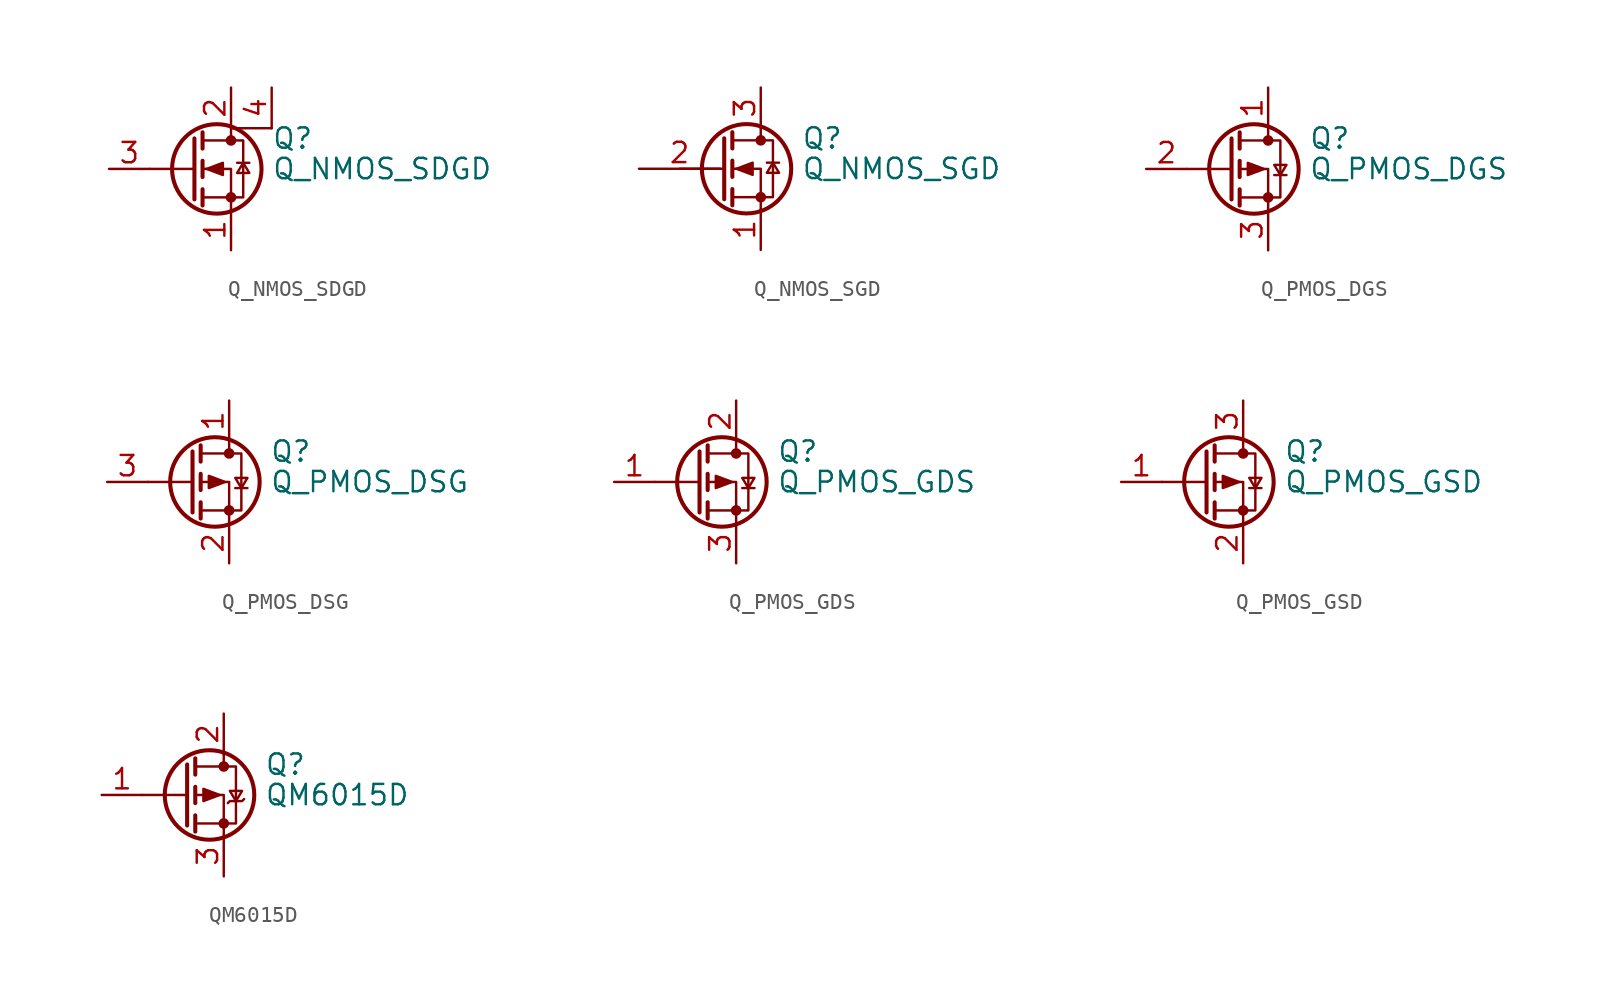
<source format=kicad_sym>
(kicad_symbol_lib
  (version 20241209)
  (generator "kicad_symbol_editor")
  (generator_version "9.0")
  (symbol "Q_NMOS_SDGD"
    (pin_names
      (offset 0)
      (hide yes))
    (property "Reference" "Q"
      (at 5.08 1.905 0)
      (effects (font (size 1.27 1.27)) (justify left)))
    (property "Value" "Q_NMOS_SDGD"
      (at 5.08 0 0)
      (effects (font (size 1.27 1.27)) (justify left)))
    (symbol "Q_NMOS_SDGD_0_1"
      (polyline (pts (xy 0.254 1.905) (xy 0.254 -1.905)) (stroke (width 0.254) (type default)) (fill (type none)))
      (polyline (pts (xy 0.254 0) (xy -2.54 0)) (stroke (width 0) (type default)) (fill (type none)))
      (polyline (pts (xy 0.762 2.286) (xy 0.762 1.27)) (stroke (width 0.254) (type default)) (fill (type none)))
      (polyline (pts (xy 0.762 0.508) (xy 0.762 -0.508)) (stroke (width 0.254) (type default)) (fill (type none)))
      (polyline (pts (xy 0.762 -1.27) (xy 0.762 -2.286)) (stroke (width 0.254) (type default)) (fill (type none)))
      (polyline (pts (xy 0.762 -1.778) (xy 3.302 -1.778) (xy 3.302 1.778) (xy 0.762 1.778)) (stroke (width 0) (type default)) (fill (type none)))
      (polyline (pts (xy 1.016 0) (xy 2.032 0.381) (xy 2.032 -0.381) (xy 1.016 0)) (stroke (width 0) (type default)) (fill (type outline)))
      (circle (center 1.651 0) (radius 2.794) (stroke (width 0.254) (type default)) (fill (type none)))
      (circle (center 2.54 1.778) (radius 0.254) (stroke (width 0) (type default)) (fill (type outline)))
      (circle (center 2.54 -1.778) (radius 0.254) (stroke (width 0) (type default)) (fill (type outline)))
      (polyline (pts (xy 2.54 -2.54) (xy 2.54 0) (xy 0.762 0)) (stroke (width 0) (type default)) (fill (type none)))
      (polyline (pts (xy 2.921 0.381) (xy 3.683 0.381)) (stroke (width 0) (type default)) (fill (type none)))
      (polyline (pts (xy 3.302 0.381) (xy 2.921 -0.254) (xy 3.683 -0.254) (xy 3.302 0.381)) (stroke (width 0) (type default)) (fill (type none)))
      (polyline (pts (xy 5.08 2.54) (xy 2.54 2.54) (xy 2.54 1.778)) (stroke (width 0) (type default)) (fill (type none))))
    (symbol "Q_NMOS_SDGD_1_1"
      (pin input line (at -5.08 0 0) (length 2.54) (name "G" (effects (font (size 1.27 1.27)))) (number "3" (effects (font (size 1.27 1.27)))))
      (pin passive line (at 2.54 5.08 270) (length 2.54) (name "D" (effects (font (size 1.27 1.27)))) (number "2" (effects (font (size 1.27 1.27)))))
      (pin passive line (at 2.54 -5.08 90) (length 2.54) (name "S" (effects (font (size 1.27 1.27)))) (number "1" (effects (font (size 1.27 1.27)))))
      (pin passive line (at 5.08 5.08 270) (length 2.54) (name "D" (effects (font (size 1.27 1.27)))) (number "4" (effects (font (size 1.27 1.27)))))))
  (symbol "Q_NMOS_SGD"
    (pin_names
      (offset 0)
      (hide yes))
    (property "Reference" "Q"
      (at 5.08 1.905 0)
      (effects (font (size 1.27 1.27)) (justify left)))
    (property "Value" "Q_NMOS_SGD"
      (at 5.08 0 0)
      (effects (font (size 1.27 1.27)) (justify left)))
    (symbol "Q_NMOS_SGD_0_1"
      (polyline (pts (xy 0.254 1.905) (xy 0.254 -1.905)) (stroke (width 0.254) (type default)) (fill (type none)))
      (polyline (pts (xy 0.254 0) (xy -2.54 0)) (stroke (width 0) (type default)) (fill (type none)))
      (polyline (pts (xy 0.762 2.286) (xy 0.762 1.27)) (stroke (width 0.254) (type default)) (fill (type none)))
      (polyline (pts (xy 0.762 0.508) (xy 0.762 -0.508)) (stroke (width 0.254) (type default)) (fill (type none)))
      (polyline (pts (xy 0.762 -1.27) (xy 0.762 -2.286)) (stroke (width 0.254) (type default)) (fill (type none)))
      (polyline (pts (xy 0.762 -1.778) (xy 3.302 -1.778) (xy 3.302 1.778) (xy 0.762 1.778)) (stroke (width 0) (type default)) (fill (type none)))
      (polyline (pts (xy 1.016 0) (xy 2.032 0.381) (xy 2.032 -0.381) (xy 1.016 0)) (stroke (width 0) (type default)) (fill (type outline)))
      (circle (center 1.651 0) (radius 2.794) (stroke (width 0.254) (type default)) (fill (type none)))
      (polyline (pts (xy 2.54 2.54) (xy 2.54 1.778)) (stroke (width 0) (type default)) (fill (type none)))
      (circle (center 2.54 1.778) (radius 0.254) (stroke (width 0) (type default)) (fill (type outline)))
      (circle (center 2.54 -1.778) (radius 0.254) (stroke (width 0) (type default)) (fill (type outline)))
      (polyline (pts (xy 2.54 -2.54) (xy 2.54 0) (xy 0.762 0)) (stroke (width 0) (type default)) (fill (type none)))
      (polyline (pts (xy 2.921 0.381) (xy 3.683 0.381)) (stroke (width 0) (type default)) (fill (type none)))
      (polyline (pts (xy 3.302 0.381) (xy 2.921 -0.254) (xy 3.683 -0.254) (xy 3.302 0.381)) (stroke (width 0) (type default)) (fill (type none))))
    (symbol "Q_NMOS_SGD_1_1"
      (pin input line (at -5.08 0 0) (length 5.08) (name "G" (effects (font (size 1.27 1.27)))) (number "2" (effects (font (size 1.27 1.27)))))
      (pin passive line (at 2.54 5.08 270) (length 2.54) (name "D" (effects (font (size 1.27 1.27)))) (number "3" (effects (font (size 1.27 1.27)))))
      (pin passive line (at 2.54 -5.08 90) (length 2.54) (name "S" (effects (font (size 1.27 1.27)))) (number "1" (effects (font (size 1.27 1.27)))))))
  (symbol "Q_PMOS_DGS"
    (pin_names
      (offset 0)
      (hide yes))
    (property "Reference" "Q"
      (at 5.08 1.905 0)
      (effects (font (size 1.27 1.27)) (justify left)))
    (property "Value" "Q_PMOS_DGS"
      (at 5.08 0 0)
      (effects (font (size 1.27 1.27)) (justify left)))
    (symbol "Q_PMOS_DGS_0_1"
      (polyline (pts (xy 0.254 1.905) (xy 0.254 -1.905)) (stroke (width 0.254) (type default)) (fill (type none)))
      (polyline (pts (xy 0.254 0) (xy -2.54 0)) (stroke (width 0) (type default)) (fill (type none)))
      (polyline (pts (xy 0.762 2.286) (xy 0.762 1.27)) (stroke (width 0.254) (type default)) (fill (type none)))
      (polyline (pts (xy 0.762 1.778) (xy 3.302 1.778) (xy 3.302 -1.778) (xy 0.762 -1.778)) (stroke (width 0) (type default)) (fill (type none)))
      (polyline (pts (xy 0.762 0.508) (xy 0.762 -0.508)) (stroke (width 0.254) (type default)) (fill (type none)))
      (polyline (pts (xy 0.762 -1.27) (xy 0.762 -2.286)) (stroke (width 0.254) (type default)) (fill (type none)))
      (circle (center 1.651 0) (radius 2.794) (stroke (width 0.254) (type default)) (fill (type none)))
      (polyline (pts (xy 2.286 0) (xy 1.27 0.381) (xy 1.27 -0.381) (xy 2.286 0)) (stroke (width 0) (type default)) (fill (type outline)))
      (polyline (pts (xy 2.54 2.54) (xy 2.54 1.778)) (stroke (width 0) (type default)) (fill (type none)))
      (circle (center 2.54 1.778) (radius 0.254) (stroke (width 0) (type default)) (fill (type outline)))
      (circle (center 2.54 -1.778) (radius 0.254) (stroke (width 0) (type default)) (fill (type outline)))
      (polyline (pts (xy 2.54 -2.54) (xy 2.54 0) (xy 0.762 0)) (stroke (width 0) (type default)) (fill (type none)))
      (polyline (pts (xy 2.921 -0.381) (xy 3.683 -0.381)) (stroke (width 0) (type default)) (fill (type none)))
      (polyline (pts (xy 3.302 -0.381) (xy 2.921 0.254) (xy 3.683 0.254) (xy 3.302 -0.381)) (stroke (width 0) (type default)) (fill (type none))))
    (symbol "Q_PMOS_DGS_1_1"
      (pin input line (at -5.08 0 0) (length 2.54) (name "G" (effects (font (size 1.27 1.27)))) (number "2" (effects (font (size 1.27 1.27)))))
      (pin passive line (at 2.54 5.08 270) (length 2.54) (name "D" (effects (font (size 1.27 1.27)))) (number "1" (effects (font (size 1.27 1.27)))))
      (pin passive line (at 2.54 -5.08 90) (length 2.54) (name "S" (effects (font (size 1.27 1.27)))) (number "3" (effects (font (size 1.27 1.27)))))))
  (symbol "Q_PMOS_DSG"
    (pin_names
      (offset 0)
      (hide yes))
    (property "Reference" "Q"
      (at 5.08 1.905 0)
      (effects (font (size 1.27 1.27)) (justify left)))
    (property "Value" "Q_PMOS_DSG"
      (at 5.08 0 0)
      (effects (font (size 1.27 1.27)) (justify left)))
    (symbol "Q_PMOS_DSG_0_1"
      (polyline (pts (xy 0.254 1.905) (xy 0.254 -1.905)) (stroke (width 0.254) (type default)) (fill (type none)))
      (polyline (pts (xy 0.254 0) (xy -2.54 0)) (stroke (width 0) (type default)) (fill (type none)))
      (polyline (pts (xy 0.762 2.286) (xy 0.762 1.27)) (stroke (width 0.254) (type default)) (fill (type none)))
      (polyline (pts (xy 0.762 1.778) (xy 3.302 1.778) (xy 3.302 -1.778) (xy 0.762 -1.778)) (stroke (width 0) (type default)) (fill (type none)))
      (polyline (pts (xy 0.762 0.508) (xy 0.762 -0.508)) (stroke (width 0.254) (type default)) (fill (type none)))
      (polyline (pts (xy 0.762 -1.27) (xy 0.762 -2.286)) (stroke (width 0.254) (type default)) (fill (type none)))
      (circle (center 1.651 0) (radius 2.794) (stroke (width 0.254) (type default)) (fill (type none)))
      (polyline (pts (xy 2.286 0) (xy 1.27 0.381) (xy 1.27 -0.381) (xy 2.286 0)) (stroke (width 0) (type default)) (fill (type outline)))
      (polyline (pts (xy 2.54 2.54) (xy 2.54 1.778)) (stroke (width 0) (type default)) (fill (type none)))
      (circle (center 2.54 1.778) (radius 0.254) (stroke (width 0) (type default)) (fill (type outline)))
      (circle (center 2.54 -1.778) (radius 0.254) (stroke (width 0) (type default)) (fill (type outline)))
      (polyline (pts (xy 2.54 -2.54) (xy 2.54 0) (xy 0.762 0)) (stroke (width 0) (type default)) (fill (type none)))
      (polyline (pts (xy 2.921 -0.381) (xy 3.683 -0.381)) (stroke (width 0) (type default)) (fill (type none)))
      (polyline (pts (xy 3.302 -0.381) (xy 2.921 0.254) (xy 3.683 0.254) (xy 3.302 -0.381)) (stroke (width 0) (type default)) (fill (type none))))
    (symbol "Q_PMOS_DSG_1_1"
      (pin input line (at -5.08 0 0) (length 2.54) (name "G" (effects (font (size 1.27 1.27)))) (number "3" (effects (font (size 1.27 1.27)))))
      (pin passive line (at 2.54 5.08 270) (length 2.54) (name "D" (effects (font (size 1.27 1.27)))) (number "1" (effects (font (size 1.27 1.27)))))
      (pin passive line (at 2.54 -5.08 90) (length 2.54) (name "S" (effects (font (size 1.27 1.27)))) (number "2" (effects (font (size 1.27 1.27)))))))
  (symbol "Q_PMOS_GDS"
    (pin_names
      (offset 0)
      (hide yes))
    (property "Reference" "Q"
      (at 5.08 1.905 0)
      (effects (font (size 1.27 1.27)) (justify left)))
    (property "Value" "Q_PMOS_GDS"
      (at 5.08 0 0)
      (effects (font (size 1.27 1.27)) (justify left)))
    (symbol "Q_PMOS_GDS_0_1"
      (polyline (pts (xy 0.254 1.905) (xy 0.254 -1.905)) (stroke (width 0.254) (type default)) (fill (type none)))
      (polyline (pts (xy 0.254 0) (xy -2.54 0)) (stroke (width 0) (type default)) (fill (type none)))
      (polyline (pts (xy 0.762 2.286) (xy 0.762 1.27)) (stroke (width 0.254) (type default)) (fill (type none)))
      (polyline (pts (xy 0.762 1.778) (xy 3.302 1.778) (xy 3.302 -1.778) (xy 0.762 -1.778)) (stroke (width 0) (type default)) (fill (type none)))
      (polyline (pts (xy 0.762 0.508) (xy 0.762 -0.508)) (stroke (width 0.254) (type default)) (fill (type none)))
      (polyline (pts (xy 0.762 -1.27) (xy 0.762 -2.286)) (stroke (width 0.254) (type default)) (fill (type none)))
      (circle (center 1.651 0) (radius 2.794) (stroke (width 0.254) (type default)) (fill (type none)))
      (polyline (pts (xy 2.286 0) (xy 1.27 0.381) (xy 1.27 -0.381) (xy 2.286 0)) (stroke (width 0) (type default)) (fill (type outline)))
      (polyline (pts (xy 2.54 2.54) (xy 2.54 1.778)) (stroke (width 0) (type default)) (fill (type none)))
      (circle (center 2.54 1.778) (radius 0.254) (stroke (width 0) (type default)) (fill (type outline)))
      (circle (center 2.54 -1.778) (radius 0.254) (stroke (width 0) (type default)) (fill (type outline)))
      (polyline (pts (xy 2.54 -2.54) (xy 2.54 0) (xy 0.762 0)) (stroke (width 0) (type default)) (fill (type none)))
      (polyline (pts (xy 2.921 -0.381) (xy 3.683 -0.381)) (stroke (width 0) (type default)) (fill (type none)))
      (polyline (pts (xy 3.302 -0.381) (xy 2.921 0.254) (xy 3.683 0.254) (xy 3.302 -0.381)) (stroke (width 0) (type default)) (fill (type none))))
    (symbol "Q_PMOS_GDS_1_1"
      (pin input line (at -5.08 0 0) (length 2.54) (name "G" (effects (font (size 1.27 1.27)))) (number "1" (effects (font (size 1.27 1.27)))))
      (pin passive line (at 2.54 5.08 270) (length 2.54) (name "D" (effects (font (size 1.27 1.27)))) (number "2" (effects (font (size 1.27 1.27)))))
      (pin passive line (at 2.54 -5.08 90) (length 2.54) (name "S" (effects (font (size 1.27 1.27)))) (number "3" (effects (font (size 1.27 1.27)))))))
  (symbol "Q_PMOS_GSD"
    (pin_names
      (offset 0)
      (hide yes))
    (property "Reference" "Q"
      (at 5.08 1.905 0)
      (effects (font (size 1.27 1.27)) (justify left)))
    (property "Value" "Q_PMOS_GSD"
      (at 5.08 0 0)
      (effects (font (size 1.27 1.27)) (justify left)))
    (symbol "Q_PMOS_GSD_0_1"
      (polyline (pts (xy 0.254 1.905) (xy 0.254 -1.905)) (stroke (width 0.254) (type default)) (fill (type none)))
      (polyline (pts (xy 0.254 0) (xy -2.54 0)) (stroke (width 0) (type default)) (fill (type none)))
      (polyline (pts (xy 0.762 2.286) (xy 0.762 1.27)) (stroke (width 0.254) (type default)) (fill (type none)))
      (polyline (pts (xy 0.762 1.778) (xy 3.302 1.778) (xy 3.302 -1.778) (xy 0.762 -1.778)) (stroke (width 0) (type default)) (fill (type none)))
      (polyline (pts (xy 0.762 0.508) (xy 0.762 -0.508)) (stroke (width 0.254) (type default)) (fill (type none)))
      (polyline (pts (xy 0.762 -1.27) (xy 0.762 -2.286)) (stroke (width 0.254) (type default)) (fill (type none)))
      (circle (center 1.651 0) (radius 2.794) (stroke (width 0.254) (type default)) (fill (type none)))
      (polyline (pts (xy 2.286 0) (xy 1.27 0.381) (xy 1.27 -0.381) (xy 2.286 0)) (stroke (width 0) (type default)) (fill (type outline)))
      (polyline (pts (xy 2.54 2.54) (xy 2.54 1.778)) (stroke (width 0) (type default)) (fill (type none)))
      (circle (center 2.54 1.778) (radius 0.254) (stroke (width 0) (type default)) (fill (type outline)))
      (circle (center 2.54 -1.778) (radius 0.254) (stroke (width 0) (type default)) (fill (type outline)))
      (polyline (pts (xy 2.54 -2.54) (xy 2.54 0) (xy 0.762 0)) (stroke (width 0) (type default)) (fill (type none)))
      (polyline (pts (xy 2.921 -0.381) (xy 3.683 -0.381)) (stroke (width 0) (type default)) (fill (type none)))
      (polyline (pts (xy 3.302 -0.381) (xy 2.921 0.254) (xy 3.683 0.254) (xy 3.302 -0.381)) (stroke (width 0) (type default)) (fill (type none))))
    (symbol "Q_PMOS_GSD_1_1"
      (pin input line (at -5.08 0 0) (length 2.54) (name "G" (effects (font (size 1.27 1.27)))) (number "1" (effects (font (size 1.27 1.27)))))
      (pin passive line (at 2.54 5.08 270) (length 2.54) (name "D" (effects (font (size 1.27 1.27)))) (number "3" (effects (font (size 1.27 1.27)))))
      (pin passive line (at 2.54 -5.08 90) (length 2.54) (name "S" (effects (font (size 1.27 1.27)))) (number "2" (effects (font (size 1.27 1.27)))))))
  (symbol "QM6015D"
    (pin_names
      (hide yes))
    (property "Reference" "Q"
      (at 5.08 1.905 0)
      (effects (font (size 1.27 1.27)) (justify left)))
    (property "Value" "QM6015D"
      (at 5.08 0 0)
      (effects (font (size 1.27 1.27)) (justify left)))
    (symbol "QM6015D_0_1"
      (polyline (pts (xy 0.254 1.905) (xy 0.254 -1.905)) (stroke (width 0.254) (type default)) (fill (type none)))
      (polyline (pts (xy 0.254 0) (xy -2.54 0)) (stroke (width 0) (type default)) (fill (type none)))
      (polyline (pts (xy 0.762 2.286) (xy 0.762 1.27)) (stroke (width 0.254) (type default)) (fill (type none)))
      (polyline (pts (xy 0.762 1.778) (xy 3.302 1.778) (xy 3.302 -1.778) (xy 0.762 -1.778)) (stroke (width 0) (type default)) (fill (type none)))
      (polyline (pts (xy 0.762 0.508) (xy 0.762 -0.508)) (stroke (width 0.254) (type default)) (fill (type none)))
      (polyline (pts (xy 0.762 -1.27) (xy 0.762 -2.286)) (stroke (width 0.254) (type default)) (fill (type none)))
      (circle (center 1.651 0) (radius 2.794) (stroke (width 0.254) (type default)) (fill (type none)))
      (polyline (pts (xy 2.286 0) (xy 1.27 0.381) (xy 1.27 -0.381) (xy 2.286 0)) (stroke (width 0) (type default)) (fill (type outline)))
      (polyline (pts (xy 2.54 2.54) (xy 2.54 1.778)) (stroke (width 0) (type default)) (fill (type none)))
      (circle (center 2.54 1.778) (radius 0.254) (stroke (width 0) (type default)) (fill (type outline)))
      (circle (center 2.54 -1.778) (radius 0.254) (stroke (width 0) (type default)) (fill (type outline)))
      (polyline (pts (xy 2.54 -2.54) (xy 2.54 0) (xy 0.762 0)) (stroke (width 0) (type default)) (fill (type none)))
      (polyline (pts (xy 2.794 -0.508) (xy 2.921 -0.381) (xy 3.683 -0.381) (xy 3.81 -0.254)) (stroke (width 0) (type default)) (fill (type none)))
      (polyline (pts (xy 3.302 -0.381) (xy 2.921 0.254) (xy 3.683 0.254) (xy 3.302 -0.381)) (stroke (width 0) (type default)) (fill (type none))))
    (symbol "QM6015D_1_1"
      (pin passive line (at -5.08 0 0) (length 2.54) (name "G" (effects (font (size 1.27 1.27)))) (number "1" (effects (font (size 1.27 1.27)))))
      (pin passive line (at 2.54 5.08 270) (length 2.54) (name "D" (effects (font (size 1.27 1.27)))) (number "2" (effects (font (size 1.27 1.27)))))
      (pin passive line (at 2.54 -5.08 90) (length 2.54) (name "S" (effects (font (size 1.27 1.27)))) (number "3" (effects (font (size 1.27 1.27))))))))
</source>
